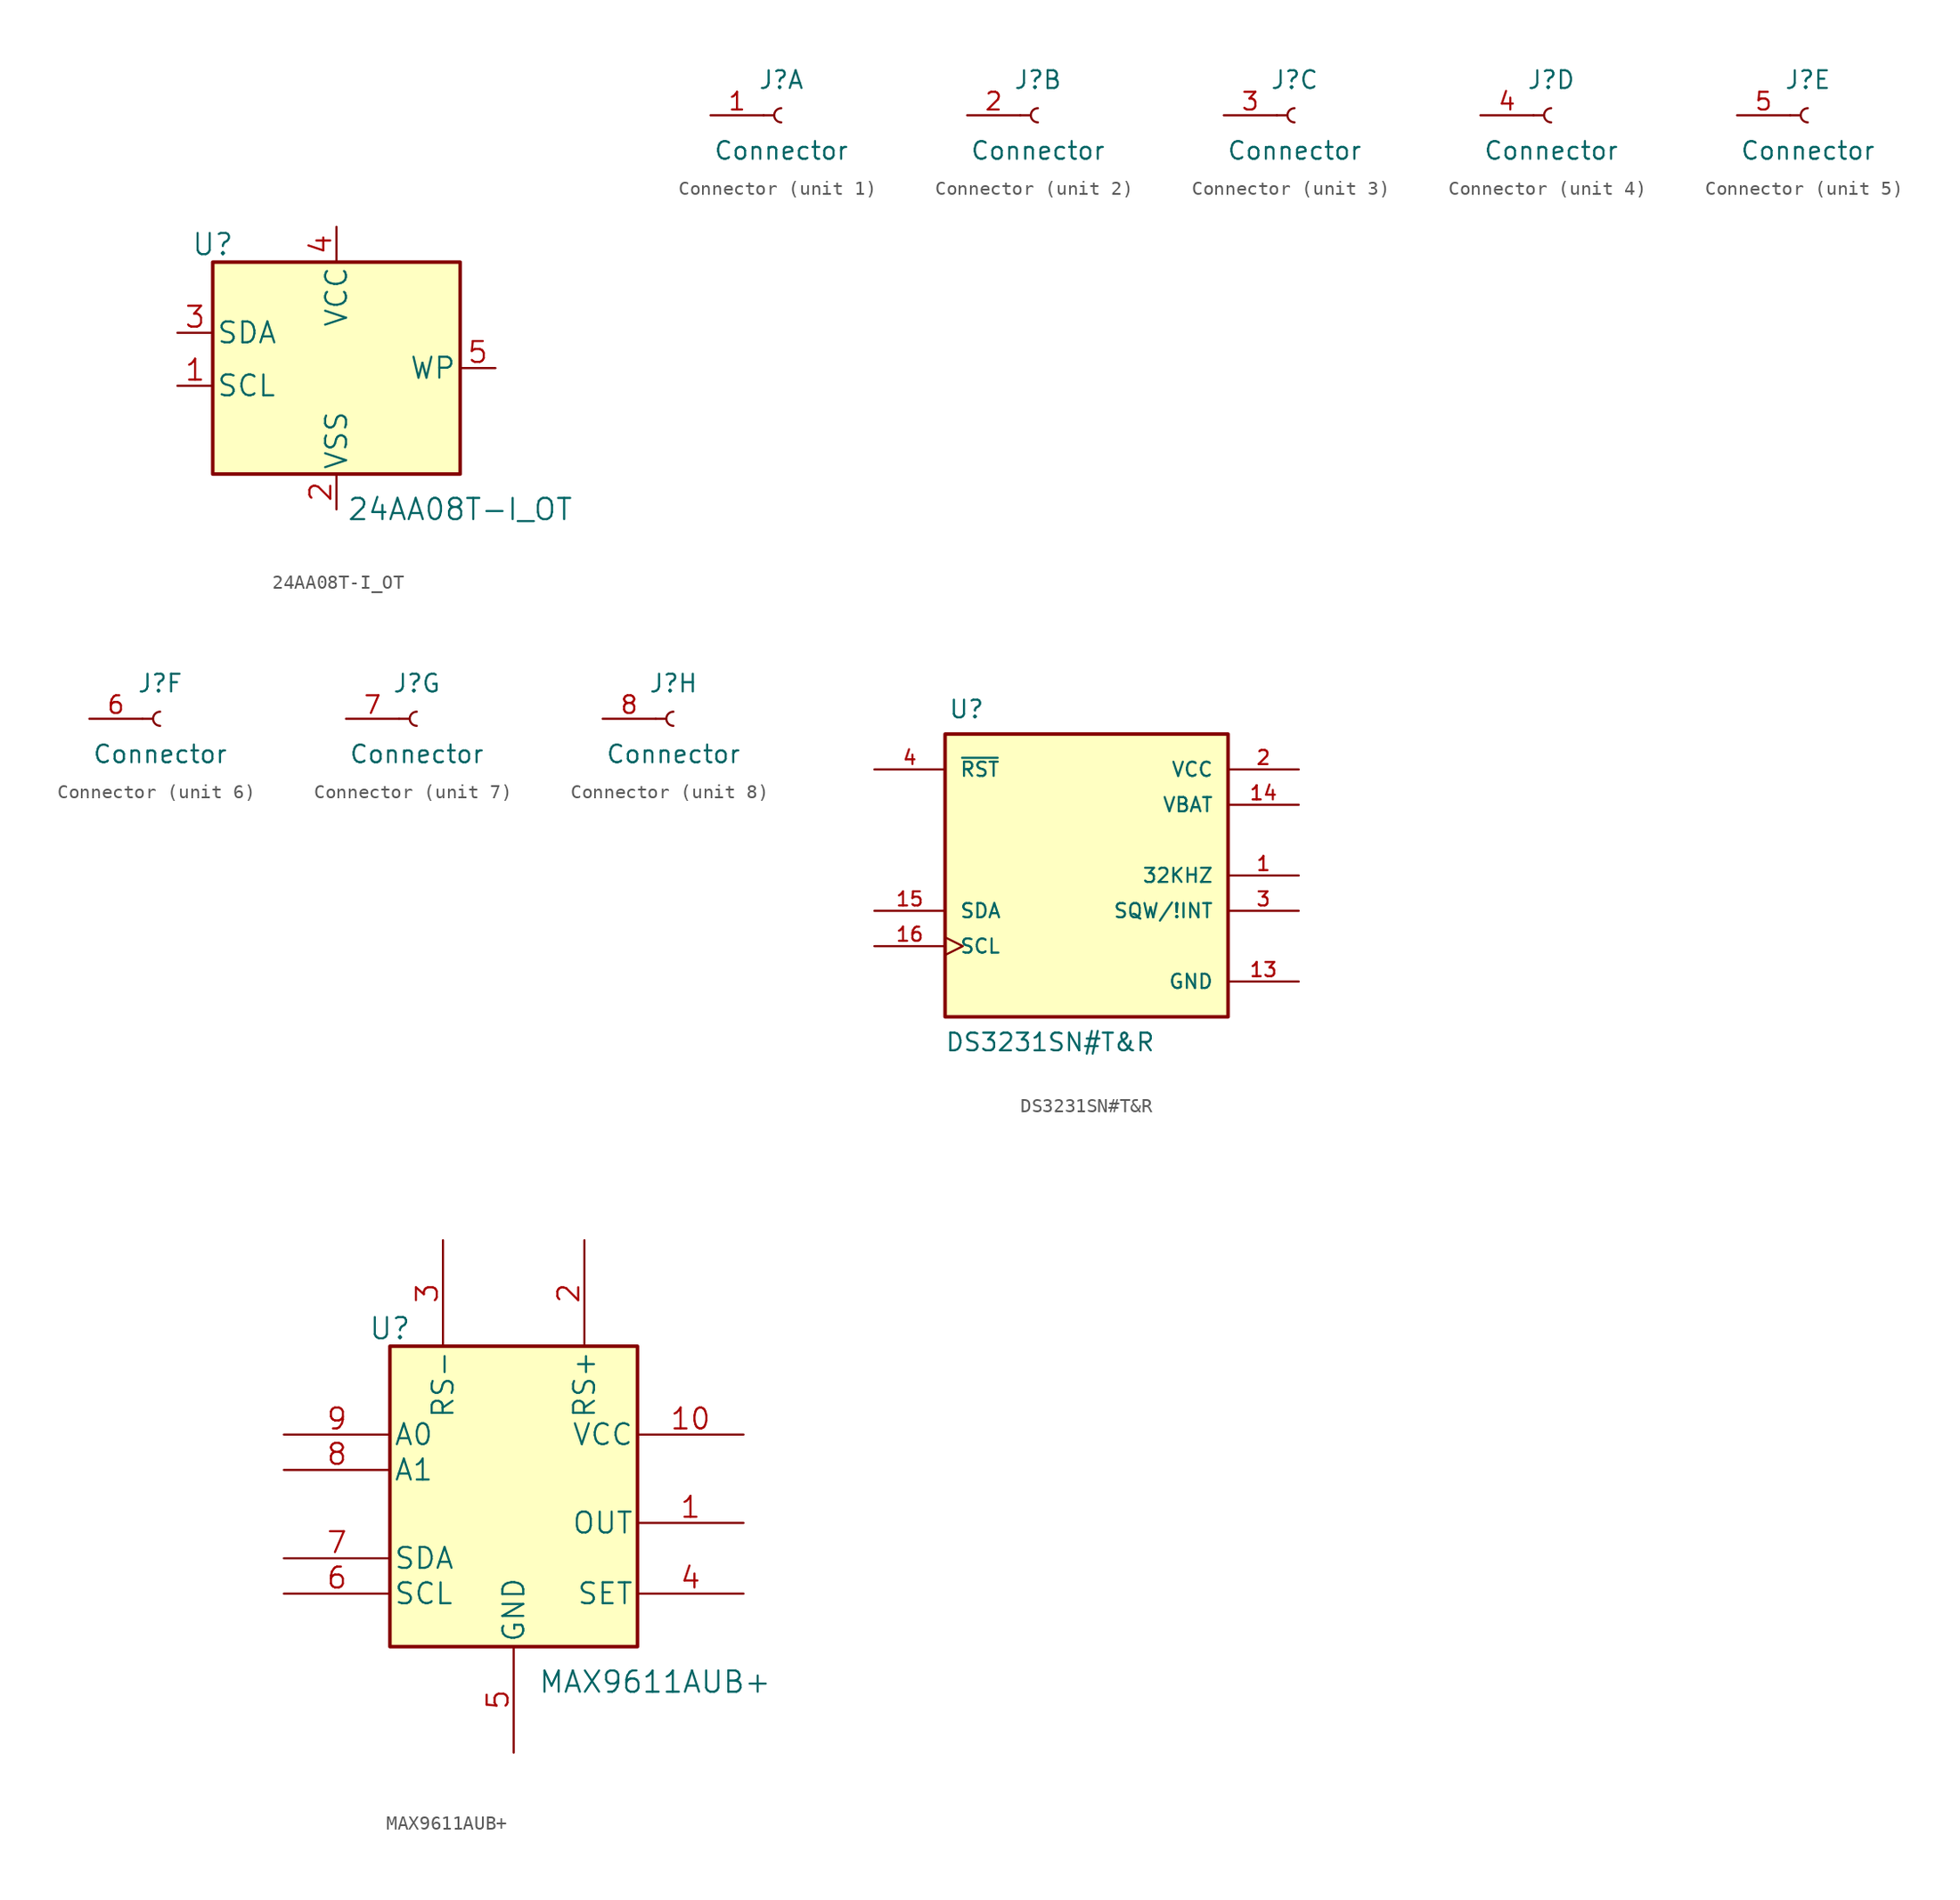
<source format=kicad_sym>
(kicad_symbol_lib
  (version 20211014)
  (generator kicad_symbol_editor)
  (symbol "24AA08T-I_OT"
    (pin_names
      (offset 0.254))
    (property "Reference" "U"
      (at -8.89 8.89 0)
      (effects (font (size 1.524 1.524))))
    (property "Value" "24AA08T-I_OT"
      (at 8.89 -10.16 0)
      (effects (font (size 1.524 1.524))))
    (property "Datasheet" ""
      (at -16.51 19.05 0)
      (effects (font (size 1.524 1.524))))
    (property "ki_locked" ""
      (at 0 0 0)
      (effects (font (size 1.27 1.27))))
    (symbol "24AA08T-I_OT_1_1"
      (rectangle (start -8.89 7.62) (end 8.89 -7.62) (stroke (width 0.254) (type default) (color 0 0 0 0)) (fill (type background)))
      (pin input line (at -11.43 -1.27 0) (length 2.54) (name "SCL" (effects (font (size 1.499 1.499)))) (number "1" (effects (font (size 1.499 1.499)))))
      (pin power_in line (at 0 -10.16 90) (length 2.54) (name "VSS" (effects (font (size 1.499 1.499)))) (number "2" (effects (font (size 1.499 1.499)))))
      (pin bidirectional line (at -11.43 2.54 0) (length 2.54) (name "SDA" (effects (font (size 1.499 1.499)))) (number "3" (effects (font (size 1.499 1.499)))))
      (pin power_in line (at 0 10.16 270) (length 2.54) (name "VCC" (effects (font (size 1.499 1.499)))) (number "4" (effects (font (size 1.499 1.499)))))
      (pin input line (at 11.43 0 180) (length 2.54) (name "WP" (effects (font (size 1.499 1.499)))) (number "5" (effects (font (size 1.499 1.499)))))))
  (symbol "Connector"
    (pin_names
      (offset 1.016))
    (property "Reference" "J"
      (at 0 2.54 0)
      (effects (font (size 1.27 1.27))))
    (property "Value" "Connector"
      (at 0 -2.54 0)
      (effects (font (size 1.27 1.27))))
    (symbol "Connector_1_1"
      (polyline (pts (xy -1.27 0) (xy -0.508 0)) (stroke (width 0.152) (type default) (color 0 0 0 0)) (fill (type none)))
      (arc (start 0 0.508) (mid -0.508 0) (end 0 -0.508) (stroke (width 0.1524) (type default) (color 0 0 0 0)) (fill (type none)))
      (pin passive line (at -5.08 0 0) (length 3.81) (name "~" (effects (font (size 1.27 1.27)))) (number "1" (effects (font (size 1.27 1.27))))))
    (symbol "Connector_2_1"
      (polyline (pts (xy -1.27 0) (xy -0.508 0)) (stroke (width 0.152) (type default) (color 0 0 0 0)) (fill (type none)))
      (arc (start 0 0.508) (mid -0.508 0) (end 0 -0.508) (stroke (width 0.1524) (type default) (color 0 0 0 0)) (fill (type none)))
      (pin passive line (at -5.08 0 0) (length 3.81) (name "~" (effects (font (size 1.27 1.27)))) (number "2" (effects (font (size 1.27 1.27))))))
    (symbol "Connector_3_1"
      (polyline (pts (xy -1.27 0) (xy -0.508 0)) (stroke (width 0.152) (type default) (color 0 0 0 0)) (fill (type none)))
      (arc (start 0 0.508) (mid -0.508 0) (end 0 -0.508) (stroke (width 0.1524) (type default) (color 0 0 0 0)) (fill (type none)))
      (pin passive line (at -5.08 0 0) (length 3.81) (name "~" (effects (font (size 1.27 1.27)))) (number "3" (effects (font (size 1.27 1.27))))))
    (symbol "Connector_4_1"
      (polyline (pts (xy -1.27 0) (xy -0.508 0)) (stroke (width 0.152) (type default) (color 0 0 0 0)) (fill (type none)))
      (arc (start 0 0.508) (mid -0.508 0) (end 0 -0.508) (stroke (width 0.1524) (type default) (color 0 0 0 0)) (fill (type none)))
      (pin passive line (at -5.08 0 0) (length 3.81) (name "~" (effects (font (size 1.27 1.27)))) (number "4" (effects (font (size 1.27 1.27))))))
    (symbol "Connector_5_1"
      (polyline (pts (xy -1.27 0) (xy -0.508 0)) (stroke (width 0.152) (type default) (color 0 0 0 0)) (fill (type none)))
      (arc (start 0 0.508) (mid -0.508 0) (end 0 -0.508) (stroke (width 0.1524) (type default) (color 0 0 0 0)) (fill (type none)))
      (pin passive line (at -5.08 0 0) (length 3.81) (name "~" (effects (font (size 1.27 1.27)))) (number "5" (effects (font (size 1.27 1.27))))))
    (symbol "Connector_6_1"
      (polyline (pts (xy -1.27 0) (xy -0.508 0)) (stroke (width 0.152) (type default) (color 0 0 0 0)) (fill (type none)))
      (arc (start 0 0.508) (mid -0.508 0) (end 0 -0.508) (stroke (width 0.1524) (type default) (color 0 0 0 0)) (fill (type none)))
      (pin passive line (at -5.08 0 0) (length 3.81) (name "~" (effects (font (size 1.27 1.27)))) (number "6" (effects (font (size 1.27 1.27))))))
    (symbol "Connector_7_1"
      (polyline (pts (xy -1.27 0) (xy -0.508 0)) (stroke (width 0.152) (type default) (color 0 0 0 0)) (fill (type none)))
      (arc (start 0 0.508) (mid -0.508 0) (end 0 -0.508) (stroke (width 0.1524) (type default) (color 0 0 0 0)) (fill (type none)))
      (pin passive line (at -5.08 0 0) (length 3.81) (name "~" (effects (font (size 1.27 1.27)))) (number "7" (effects (font (size 1.27 1.27))))))
    (symbol "Connector_8_1"
      (polyline (pts (xy -1.27 0) (xy -0.508 0)) (stroke (width 0.152) (type default) (color 0 0 0 0)) (fill (type none)))
      (arc (start 0 0.508) (mid -0.508 0) (end 0 -0.508) (stroke (width 0.1524) (type default) (color 0 0 0 0)) (fill (type none)))
      (pin passive line (at -5.08 0 0) (length 3.81) (name "~" (effects (font (size 1.27 1.27)))) (number "8" (effects (font (size 1.27 1.27)))))))
  (symbol "DS3231SN#T&R"
    (pin_names
      (offset 1.016))
    (property "Reference" "U"
      (at -9.931 11.201 0)
      (effects (font (size 1.27 1.27)) (justify left bottom)))
    (property "Value" "DS3231SN#T&R"
      (at -10.185 -12.725 0)
      (effects (font (size 1.27 1.27)) (justify left bottom)))
    (property "ki_locked" ""
      (at 0 0 0)
      (effects (font (size 1.27 1.27))))
    (symbol "DS3231SN#T&R_0_0"
      (rectangle (start 10.16 -10.16) (end -10.16 10.16) (stroke (width 0.254) (type default) (color 0 0 0 0)) (fill (type background)))
      (pin output line (at 15.24 0 180) (length 5.08) (name "32KHZ" (effects (font (size 1.016 1.016)))) (number "1" (effects (font (size 1.016 1.016)))))
      (pin power_in line (at 15.24 -7.62 180) (length 5.08) (name "GND" (effects (font (size 1.016 1.016)))) (number "13" (effects (font (size 1.016 1.016)))))
      (pin passive line (at 15.24 5.08 180) (length 5.08) (name "VBAT" (effects (font (size 1.016 1.016)))) (number "14" (effects (font (size 1.016 1.016)))))
      (pin bidirectional line (at -15.24 -2.54 0) (length 5.08) (name "SDA" (effects (font (size 1.016 1.016)))) (number "15" (effects (font (size 1.016 1.016)))))
      (pin input clock (at -15.24 -5.08 0) (length 5.08) (name "SCL" (effects (font (size 1.016 1.016)))) (number "16" (effects (font (size 1.016 1.016)))))
      (pin power_in line (at 15.24 7.62 180) (length 5.08) (name "VCC" (effects (font (size 1.016 1.016)))) (number "2" (effects (font (size 1.016 1.016)))))
      (pin output line (at 15.24 -2.54 180) (length 5.08) (name "SQW/!INT" (effects (font (size 1.016 1.016)))) (number "3" (effects (font (size 1.016 1.016)))))
      (pin output line (at -15.24 7.62 0) (length 5.08) (name "~{RST}" (effects (font (size 1.016 1.016)))) (number "4" (effects (font (size 1.016 1.016)))))))
  (symbol "MAX9611AUB+"
    (pin_names
      (offset 0.254))
    (property "Reference" "U"
      (at -8.89 11.43 0)
      (effects (font (size 1.524 1.524))))
    (property "Value" "MAX9611AUB+"
      (at 10.16 -13.97 0)
      (effects (font (size 1.524 1.524))))
    (property "Datasheet" ""
      (at -27.94 5.08 0)
      (effects (font (size 1.524 1.524))))
    (property "ki_locked" ""
      (at 0 0 0)
      (effects (font (size 1.27 1.27))))
    (symbol "MAX9611AUB+_1_0"
      (rectangle (start -8.89 10.16) (end 8.89 -11.43) (stroke (width 0.254) (type default) (color 0 0 0 0)) (fill (type background))))
    (symbol "MAX9611AUB+_1_1"
      (pin output line (at 16.51 -2.54 180) (length 7.62) (name "OUT" (effects (font (size 1.499 1.499)))) (number "1" (effects (font (size 1.499 1.499)))))
      (pin power_in line (at 16.51 3.81 180) (length 7.62) (name "VCC" (effects (font (size 1.499 1.499)))) (number "10" (effects (font (size 1.499 1.499)))))
      (pin input line (at 5.08 17.78 270) (length 7.62) (name "RS+" (effects (font (size 1.499 1.499)))) (number "2" (effects (font (size 1.499 1.499)))))
      (pin input line (at -5.08 17.78 270) (length 7.62) (name "RS-" (effects (font (size 1.499 1.499)))) (number "3" (effects (font (size 1.499 1.499)))))
      (pin unspecified line (at 16.51 -7.62 180) (length 7.62) (name "SET" (effects (font (size 1.499 1.499)))) (number "4" (effects (font (size 1.499 1.499)))))
      (pin power_in line (at 0 -19.05 90) (length 7.62) (name "GND" (effects (font (size 1.499 1.499)))) (number "5" (effects (font (size 1.499 1.499)))))
      (pin input line (at -16.51 -7.62 0) (length 7.62) (name "SCL" (effects (font (size 1.499 1.499)))) (number "6" (effects (font (size 1.499 1.499)))))
      (pin bidirectional line (at -16.51 -5.08 0) (length 7.62) (name "SDA" (effects (font (size 1.499 1.499)))) (number "7" (effects (font (size 1.499 1.499)))))
      (pin input line (at -16.51 1.27 0) (length 7.62) (name "A1" (effects (font (size 1.499 1.499)))) (number "8" (effects (font (size 1.499 1.499)))))
      (pin input line (at -16.51 3.81 0) (length 7.62) (name "A0" (effects (font (size 1.499 1.499)))) (number "9" (effects (font (size 1.499 1.499))))))))
</source>
